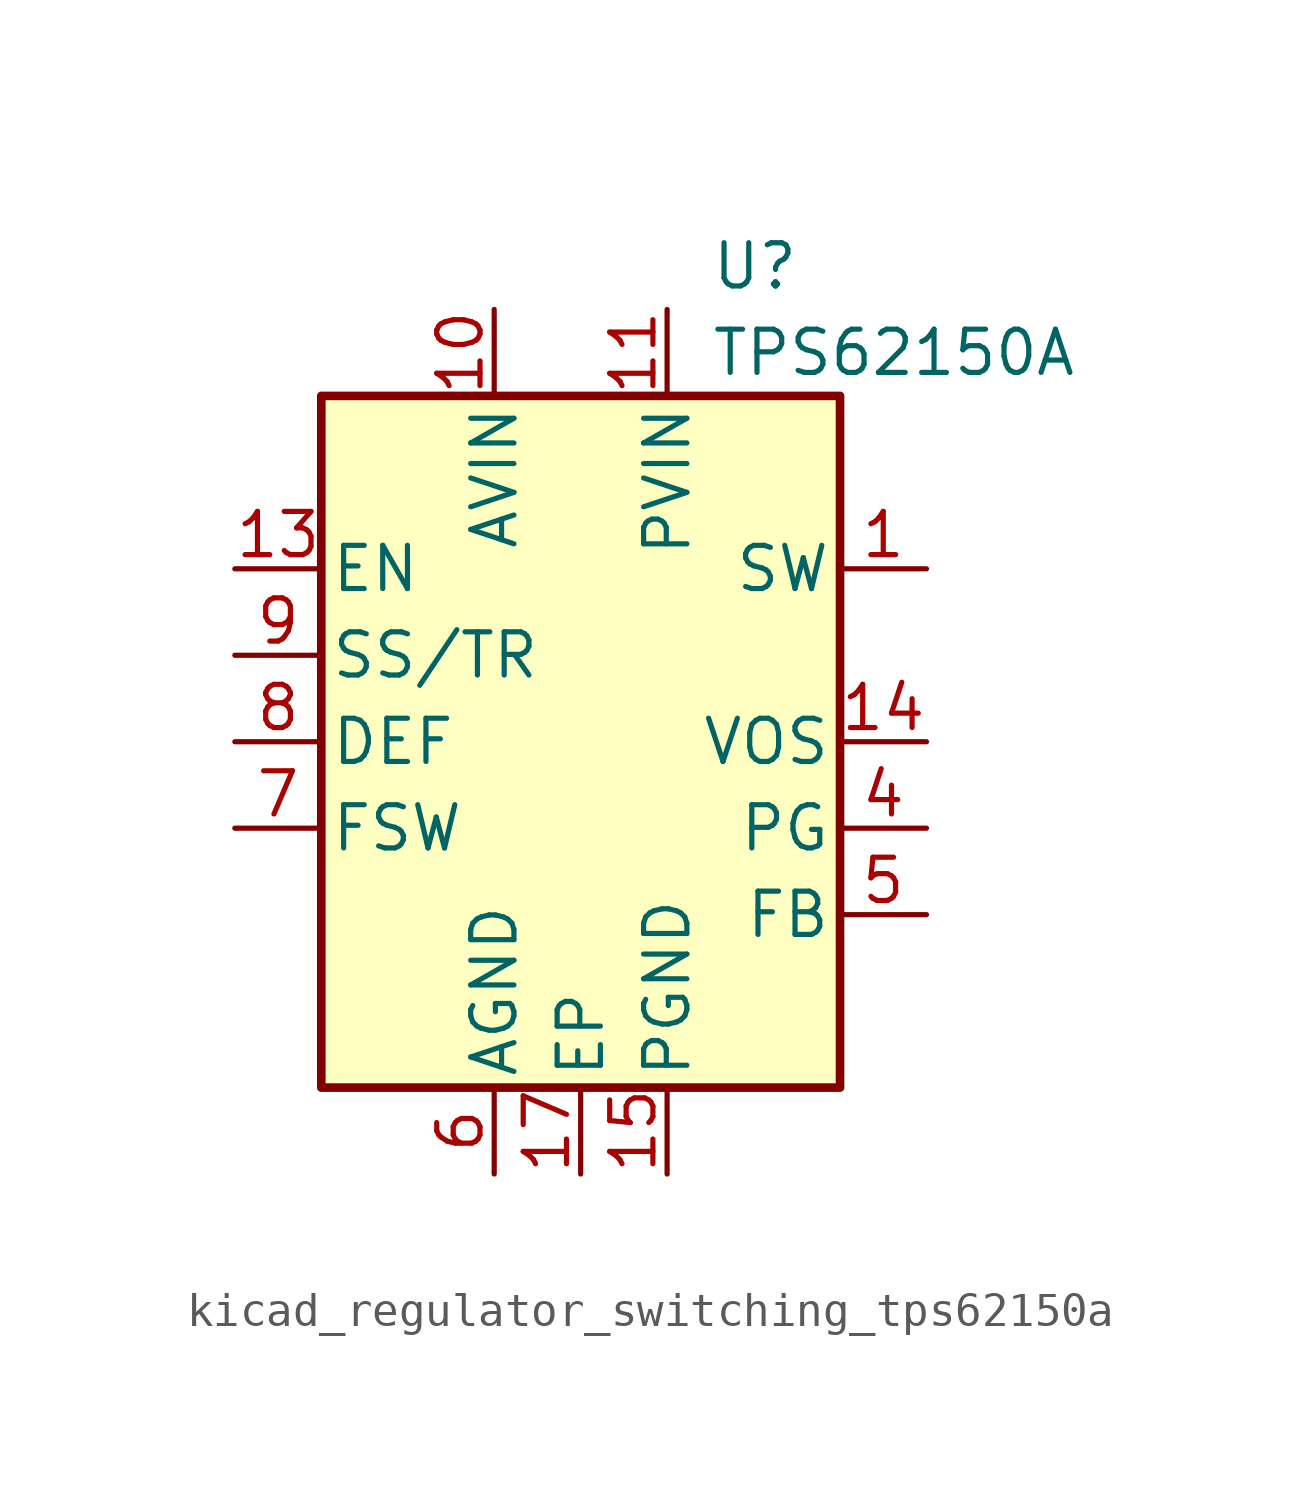
<source format=kicad_sym>
(kicad_symbol_lib
  (version 20220914)
  (generator kicad_symbol_editor)
  (symbol "kicad_regulator_switching_tps62150a"
    (pin_names
      (offset 0.254))
    (property "Reference" "U"
      (at 3.81 13.97 0)
      (effects (font (size 1.27 1.27)) (justify left)))
    (property "Value" "TPS62150A"
      (at 3.81 11.43 0)
      (effects (font (size 1.27 1.27)) (justify left)))
    (symbol "kicad_regulator_switching_tps62150a_0_1"
      (rectangle (start -7.62 10.16) (end 7.62 -10.16) (stroke (width 0.254) (type default)) (fill (type background))))
    (symbol "kicad_regulator_switching_tps62150a_1_1"
      (pin output line (at 10.16 5.08 180) (length 2.54) (name "SW" (effects (font (size 1.27 1.27)))) (number "1" (effects (font (size 1.27 1.27)))))
      (pin power_in line (at -2.54 12.7 270) (length 2.54) (name "AVIN" (effects (font (size 1.27 1.27)))) (number "10" (effects (font (size 1.27 1.27)))))
      (pin power_in line (at 2.54 12.7 270) (length 2.54) (name "PVIN" (effects (font (size 1.27 1.27)))) (number "11" (effects (font (size 1.27 1.27)))))
      (pin passive line (at 2.54 12.7 270) (length 2.54) hide (name "PVIN" (effects (font (size 1.27 1.27)))) (number "12" (effects (font (size 1.27 1.27)))))
      (pin input line (at -10.16 5.08 0) (length 2.54) (name "EN" (effects (font (size 1.27 1.27)))) (number "13" (effects (font (size 1.27 1.27)))))
      (pin input line (at 10.16 0 180) (length 2.54) (name "VOS" (effects (font (size 1.27 1.27)))) (number "14" (effects (font (size 1.27 1.27)))))
      (pin power_in line (at 2.54 -12.7 90) (length 2.54) (name "PGND" (effects (font (size 1.27 1.27)))) (number "15" (effects (font (size 1.27 1.27)))))
      (pin passive line (at 2.54 -12.7 90) (length 2.54) hide (name "PGND" (effects (font (size 1.27 1.27)))) (number "16" (effects (font (size 1.27 1.27)))))
      (pin power_in line (at 0 -12.7 90) (length 2.54) (name "EP" (effects (font (size 1.27 1.27)))) (number "17" (effects (font (size 1.27 1.27)))))
      (pin passive line (at 10.16 5.08 180) (length 2.54) hide (name "SW" (effects (font (size 1.27 1.27)))) (number "2" (effects (font (size 1.27 1.27)))))
      (pin passive line (at 10.16 5.08 180) (length 2.54) hide (name "SW" (effects (font (size 1.27 1.27)))) (number "3" (effects (font (size 1.27 1.27)))))
      (pin open_collector line (at 10.16 -2.54 180) (length 2.54) (name "PG" (effects (font (size 1.27 1.27)))) (number "4" (effects (font (size 1.27 1.27)))))
      (pin input line (at 10.16 -5.08 180) (length 2.54) (name "FB" (effects (font (size 1.27 1.27)))) (number "5" (effects (font (size 1.27 1.27)))))
      (pin power_in line (at -2.54 -12.7 90) (length 2.54) (name "AGND" (effects (font (size 1.27 1.27)))) (number "6" (effects (font (size 1.27 1.27)))))
      (pin input line (at -10.16 -2.54 0) (length 2.54) (name "FSW" (effects (font (size 1.27 1.27)))) (number "7" (effects (font (size 1.27 1.27)))))
      (pin input line (at -10.16 0 0) (length 2.54) (name "DEF" (effects (font (size 1.27 1.27)))) (number "8" (effects (font (size 1.27 1.27)))))
      (pin input line (at -10.16 2.54 0) (length 2.54) (name "SS/TR" (effects (font (size 1.27 1.27)))) (number "9" (effects (font (size 1.27 1.27))))))))
</source>
